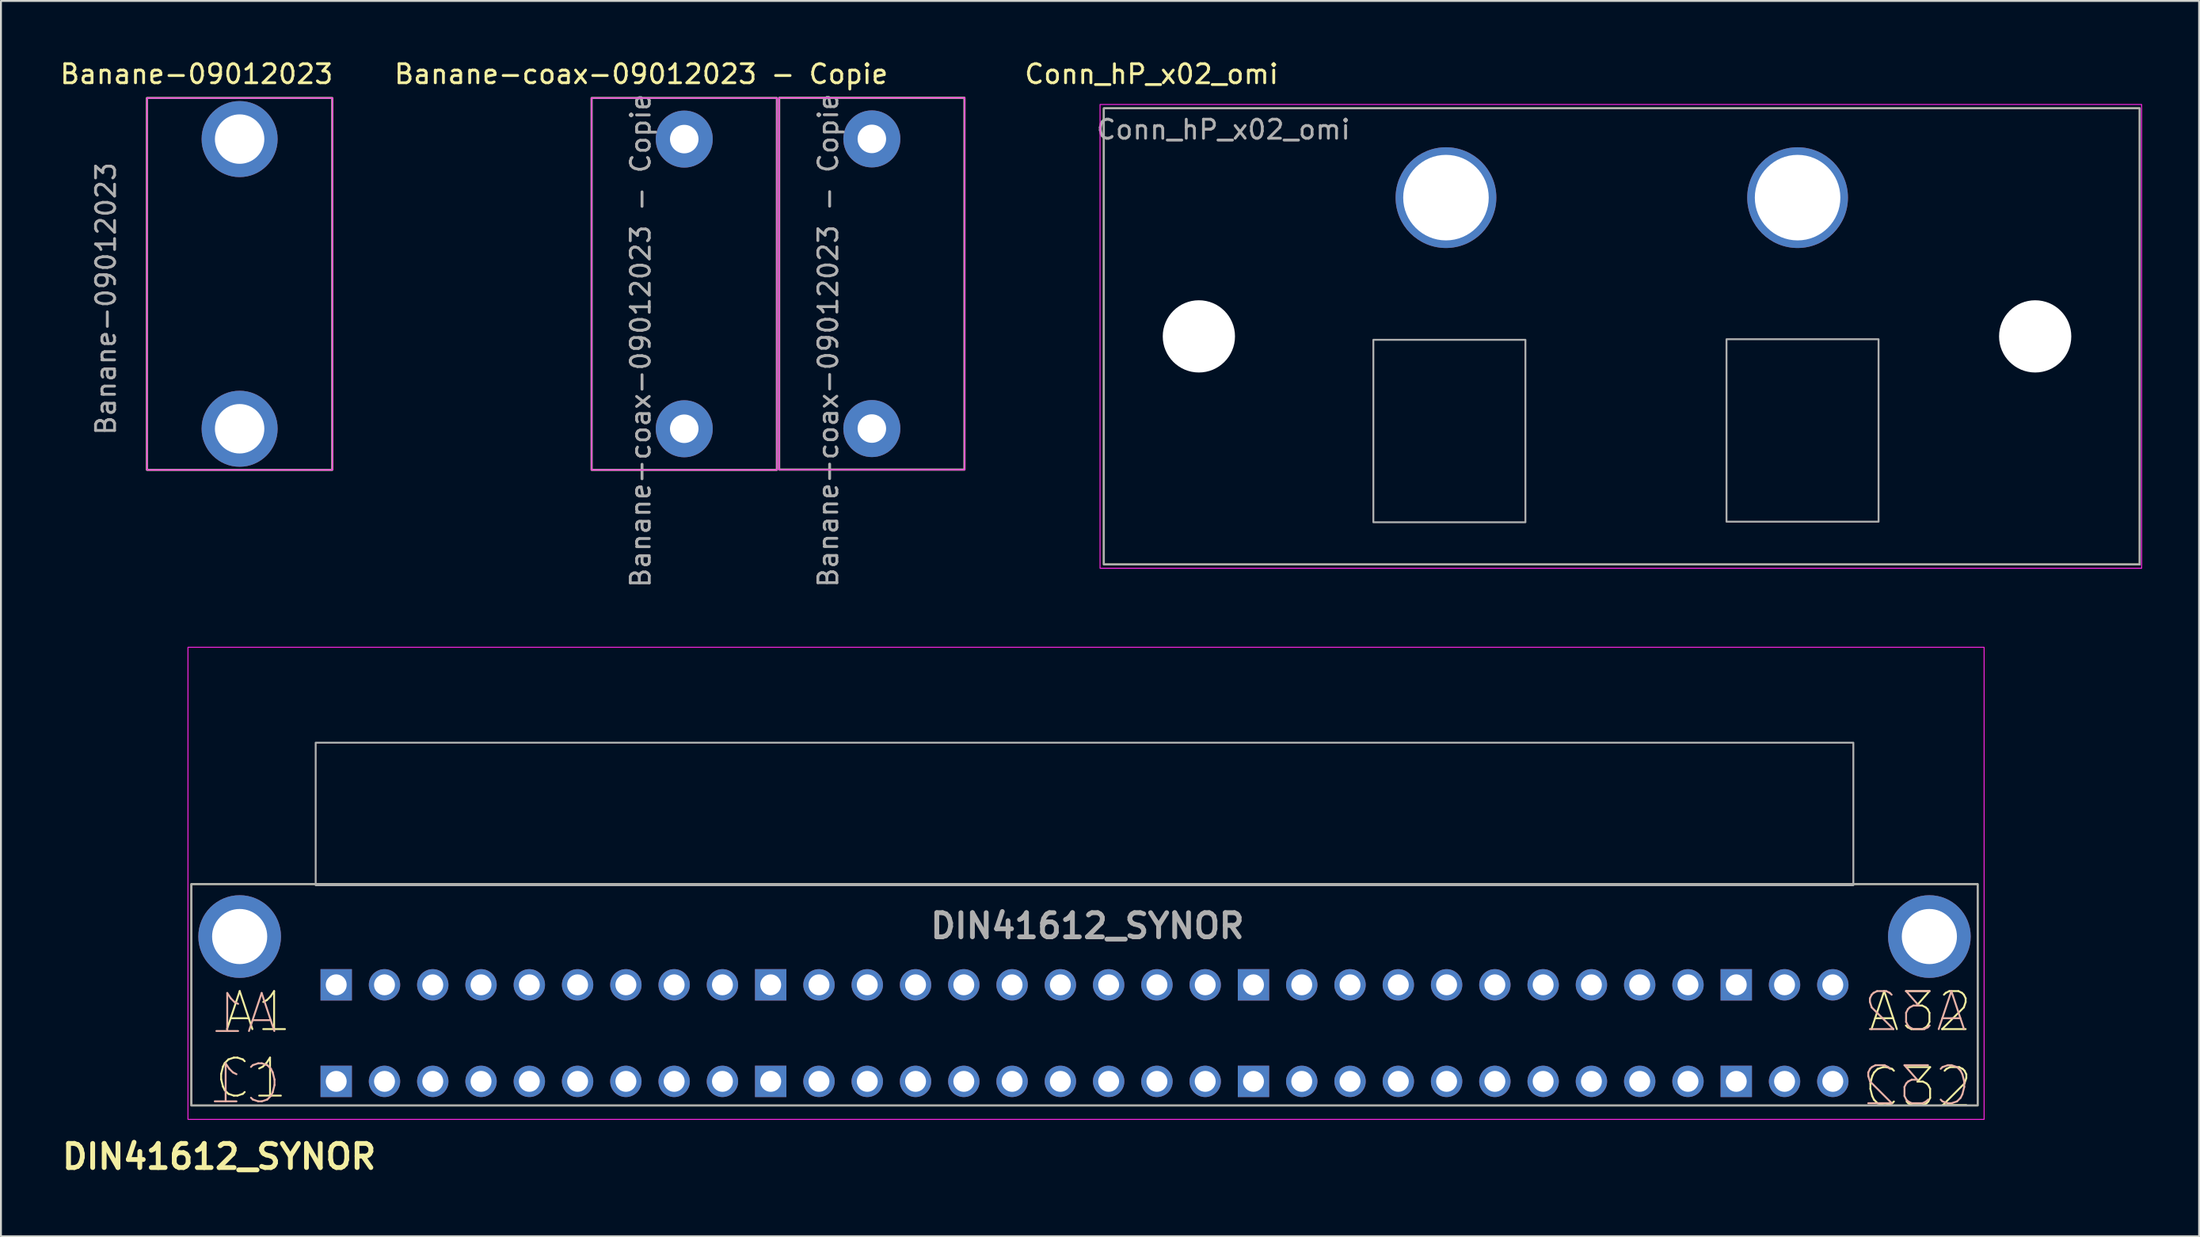
<source format=kicad_pcb>
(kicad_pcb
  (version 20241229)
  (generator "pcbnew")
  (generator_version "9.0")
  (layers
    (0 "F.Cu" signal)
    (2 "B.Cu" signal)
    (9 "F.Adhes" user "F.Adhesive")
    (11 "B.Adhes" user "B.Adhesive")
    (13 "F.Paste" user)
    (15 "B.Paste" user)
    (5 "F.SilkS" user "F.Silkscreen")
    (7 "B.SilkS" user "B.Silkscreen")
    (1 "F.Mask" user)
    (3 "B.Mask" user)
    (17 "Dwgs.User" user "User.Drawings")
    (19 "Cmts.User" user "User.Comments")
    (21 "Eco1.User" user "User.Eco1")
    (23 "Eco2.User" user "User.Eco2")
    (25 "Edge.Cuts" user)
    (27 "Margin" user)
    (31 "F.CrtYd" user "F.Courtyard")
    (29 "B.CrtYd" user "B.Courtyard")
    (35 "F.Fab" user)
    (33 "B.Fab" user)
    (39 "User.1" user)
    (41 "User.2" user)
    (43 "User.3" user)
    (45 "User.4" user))
  (footprint "Banane-09012023"
    (layer "F.Cu")
    (at 4.682 2.108)
    (property "Reference" "Banane-09012023" (at 2.61 -1.26 0) (layer "F.SilkS") (effects (font (size 1 1) (thickness 0.15))))
    (attr through_hole)
    (fp_rect (start 0 0) (end 9.75 19.56) (stroke (width 0.1) (type default)) (fill no) (layer "F.SilkS"))
    (fp_line (start 0 0) (end 0 19.57) (stroke (width 0.05) (type solid)) (layer "F.CrtYd"))
    (fp_line (start 0 19.57) (end 9.76 19.57) (stroke (width 0.05) (type solid)) (layer "F.CrtYd"))
    (fp_line (start 9.76 0) (end 0 0) (stroke (width 0.05) (type solid)) (layer "F.CrtYd"))
    (fp_line (start 9.76 19.57) (end 9.76 0) (stroke (width 0.05) (type solid)) (layer "F.CrtYd"))
    (fp_rect (start 0 0) (end 9.75 19.56) (stroke (width 0.1) (type default)) (fill no) (layer "F.Fab"))
    (fp_text user "${REFERENCE}" (at -2.16 10.56 90) (layer "F.Fab") (effects (font (size 1 1) (thickness 0.15))))
    (pad "1" thru_hole circle (at 4.875 2.16) (size 4 4) (drill 2.6) (layers "*.Cu" "*.Mask"))
    (pad "1" thru_hole circle (at 4.875 17.4) (size 4 4) (drill 2.6) (layers "*.Cu" "*.Mask")))
  (footprint "Conn_hP_x02_omi"
    (layer "F.Cu")
    (at 55.026 26.648)
    (property "Reference" "Conn_hP_x02_omi" (at 2.51 -25.8 180) (layer "F.SilkS") (effects (font (size 1 1) (thickness 0.15))))
    (attr through_hole)
    (fp_rect (start 0 -24) (end 54.5 0) (stroke (width 0.1) (type default)) (fill no) (layer "F.SilkS"))
    (fp_rect (start -0.2 -24.2) (end 54.6 0.2) (stroke (width 0.05) (type default)) (fill no) (layer "F.CrtYd"))
    (fp_rect (start 0 -24) (end 54.5 0) (stroke (width 0.1) (type default)) (fill no) (layer "F.Fab"))
    (fp_rect (start 14.18 -11.82) (end 22.18 -2.22) (stroke (width 0.1) (type default)) (fill no) (layer "F.Fab"))
    (fp_rect (start 32.76 -11.85) (end 40.76 -2.25) (stroke (width 0.1) (type default)) (fill no) (layer "F.Fab"))
    (fp_text user "${REFERENCE}" (at 6.29 -22.88 180) (layer "F.Fab") (effects (font (size 1 1) (thickness 0.15))))
    (pad "" np_thru_hole circle (at 5 -12) (size 3.8 3.8) (drill 3.8) (layers "*.Cu" "*.Mask"))
    (pad "" np_thru_hole circle (at 49 -12) (size 3.8 3.8) (drill 3.8) (layers "*.Cu" "*.Mask"))
    (pad "1" thru_hole circle (at 18 -19.3) (size 5.3 5.3) (drill 4.5) (layers "*.Cu" "*.Mask"))
    (pad "2" thru_hole circle (at 36.5 -19.3) (size 5.3 5.3) (drill 4.5) (layers "*.Cu" "*.Mask")))
  (footprint "Banane-coax-09012023 - Copie"
    (layer "F.Cu")
    (at 28.075 2.108)
    (property "Reference" "Banane-coax-09012023 - Copie" (at 2.61 -1.26 0) (layer "F.SilkS") (effects (font (size 1 1) (thickness 0.15))))
    (attr through_hole)
    (fp_rect (start 0 0) (end 9.75 19.56) (stroke (width 0.1) (type default)) (fill no) (layer "F.SilkS"))
    (fp_rect (start 9.87 -0.01) (end 19.62 19.55) (stroke (width 0.1) (type default)) (fill no) (layer "F.SilkS"))
    (fp_line (start 0 0) (end 0 19.57) (stroke (width 0.05) (type solid)) (layer "F.CrtYd"))
    (fp_line (start 0 19.57) (end 9.76 19.57) (stroke (width 0.05) (type solid)) (layer "F.CrtYd"))
    (fp_line (start 9.76 0) (end 0 0) (stroke (width 0.05) (type solid)) (layer "F.CrtYd"))
    (fp_line (start 9.76 19.57) (end 9.76 0) (stroke (width 0.05) (type solid)) (layer "F.CrtYd"))
    (fp_line (start 9.87 -0.01) (end 9.87 19.56) (stroke (width 0.05) (type solid)) (layer "F.CrtYd"))
    (fp_line (start 9.87 19.56) (end 19.63 19.56) (stroke (width 0.05) (type solid)) (layer "F.CrtYd"))
    (fp_line (start 19.63 -0.01) (end 9.87 -0.01) (stroke (width 0.05) (type solid)) (layer "F.CrtYd"))
    (fp_line (start 19.63 19.56) (end 19.63 -0.01) (stroke (width 0.05) (type solid)) (layer "F.CrtYd"))
    (fp_rect (start 0 0) (end 9.75 19.56) (stroke (width 0.1) (type default)) (fill no) (layer "F.Fab"))
    (fp_rect (start 9.87 -0.01) (end 19.62 19.55) (stroke (width 0.1) (type default)) (fill no) (layer "F.Fab"))
    (fp_text user "${REFERENCE}" (at 2.58 12.77 90) (layer "F.Fab") (effects (font (size 1 1) (thickness 0.15))))
    (fp_text user "${REFERENCE}" (at 12.45 12.76 90) (layer "F.Fab") (effects (font (size 1 1) (thickness 0.15))))
    (pad "1" thru_hole circle (at 4.875 2.16) (size 3 3) (drill 1.5) (layers "*.Cu" "*.Mask"))
    (pad "1" thru_hole circle (at 14.745 2.15) (size 3 3) (drill 1.5) (layers "*.Cu" "*.Mask"))
    (pad "2" thru_hole circle (at 4.875 17.4) (size 3 3) (drill 1.5) (layers "*.Cu" "*.Mask"))
    (pad "2" thru_hole circle (at 14.745 17.39) (size 3 3) (drill 1.5) (layers "*.Cu" "*.Mask")))
  (footprint "DIN41612_SYNOR"
    (layer "F.Cu")
    (at 14.639 53.844)
    (property "Reference" "DIN41612_SYNOR" (at -6.16 3.96 0) (layer "F.SilkS") (effects (font (size 1.27 1.27) (thickness 0.254))))
    (attr through_hole)
    (fp_rect (start -7.62 -10.38) (end 86.36 1.27) (stroke (width 0.1) (type default)) (fill no) (layer "F.SilkS"))
    (fp_rect (start -7.8 -22.84) (end 86.7 2) (stroke (width 0.05) (type default)) (fill no) (layer "F.CrtYd"))
    (fp_rect (start -7.62 -10.38) (end 86.36 1.27) (stroke (width 0.1) (type default)) (fill no) (layer "F.Fab"))
    (fp_rect (start -1.08 -17.82) (end 79.82 -10.32) (stroke (width 0.1) (type default)) (fill no) (layer "F.Fab"))
    (fp_text user "A32" (at 80.52 -2.5 0) (unlocked yes) (layer "F.SilkS") (effects (font (size 2 2) (thickness 0.1)) (justify left bottom)))
    (fp_text user "C1" (at -6.5 1 0) (unlocked yes) (layer "F.SilkS") (effects (font (size 2 2) (thickness 0.1)) (justify left bottom)))
    (fp_text user "C32" (at 80.27 1.5 0) (unlocked yes) (layer "F.SilkS") (effects (font (size 2 2) (thickness 0.1)) (justify left bottom)))
    (fp_text user "A1" (at -6 -2.5 0) (unlocked yes) (layer "F.SilkS") (effects (font (size 2 2) (thickness 0.1)) (justify left bottom)))
    (fp_text user "C1" (at -2.8 1.3 0) (unlocked yes) (layer "B.SilkS") (effects (font (size 2 2) (thickness 0.1)) (justify left bottom mirror)))
    (fp_text user "A32" (at 85.9 -2.5 0) (unlocked yes) (layer "B.SilkS") (effects (font (size 2 2) (thickness 0.1)) (justify left bottom mirror)))
    (fp_text user "C32" (at 86.1 1.4 0) (unlocked yes) (layer "B.SilkS") (effects (font (size 2 2) (thickness 0.1)) (justify left bottom mirror)))
    (fp_text user "A1" (at -3 -2.4 0) (unlocked yes) (layer "B.SilkS") (effects (font (size 2 2) (thickness 0.1)) (justify left bottom mirror)))
    (fp_text user "${REFERENCE}" (at 39.52 -8.18 0) (layer "F.Fab") (effects (font (size 1.27 1.27) (thickness 0.254))))
    (pad "A1" thru_hole rect (at 0 -5.08) (size 1.65 1.65) (drill 1.1) (layers "*.Cu" "*.Mask"))
    (pad "A2" thru_hole circle (at 2.54 -5.08) (size 1.65 1.65) (drill 1.1) (layers "*.Cu" "*.Mask"))
    (pad "A3" thru_hole circle (at 5.08 -5.08) (size 1.65 1.65) (drill 1.1) (layers "*.Cu" "*.Mask"))
    (pad "A4" thru_hole circle (at 7.62 -5.08) (size 1.65 1.65) (drill 1.1) (layers "*.Cu" "*.Mask"))
    (pad "A5" thru_hole circle (at 10.16 -5.08) (size 1.65 1.65) (drill 1.1) (layers "*.Cu" "*.Mask"))
    (pad "A6" thru_hole circle (at 12.7 -5.08) (size 1.65 1.65) (drill 1.1) (layers "*.Cu" "*.Mask"))
    (pad "A7" thru_hole circle (at 15.24 -5.08) (size 1.65 1.65) (drill 1.1) (layers "*.Cu" "*.Mask"))
    (pad "A8" thru_hole circle (at 17.78 -5.08) (size 1.65 1.65) (drill 1.1) (layers "*.Cu" "*.Mask"))
    (pad "A9" thru_hole circle (at 20.32 -5.08) (size 1.65 1.65) (drill 1.1) (layers "*.Cu" "*.Mask"))
    (pad "A10" thru_hole rect (at 22.86 -5.08) (size 1.65 1.65) (drill 1.1) (layers "*.Cu" "*.Mask"))
    (pad "A11" thru_hole circle (at 25.4 -5.08) (size 1.65 1.65) (drill 1.1) (layers "*.Cu" "*.Mask"))
    (pad "A12" thru_hole circle (at 27.94 -5.08) (size 1.65 1.65) (drill 1.1) (layers "*.Cu" "*.Mask"))
    (pad "A13" thru_hole circle (at 30.48 -5.08) (size 1.65 1.65) (drill 1.1) (layers "*.Cu" "*.Mask"))
    (pad "A14" thru_hole circle (at 33.02 -5.08) (size 1.65 1.65) (drill 1.1) (layers "*.Cu" "*.Mask"))
    (pad "A15" thru_hole circle (at 35.56 -5.08) (size 1.65 1.65) (drill 1.1) (layers "*.Cu" "*.Mask"))
    (pad "A16" thru_hole circle (at 38.1 -5.08) (size 1.65 1.65) (drill 1.1) (layers "*.Cu" "*.Mask"))
    (pad "A17" thru_hole circle (at 40.64 -5.08) (size 1.65 1.65) (drill 1.1) (layers "*.Cu" "*.Mask"))
    (pad "A18" thru_hole circle (at 43.18 -5.08) (size 1.65 1.65) (drill 1.1) (layers "*.Cu" "*.Mask"))
    (pad "A19" thru_hole circle (at 45.72 -5.08) (size 1.65 1.65) (drill 1.1) (layers "*.Cu" "*.Mask"))
    (pad "A20" thru_hole rect (at 48.26 -5.08) (size 1.65 1.65) (drill 1.1) (layers "*.Cu" "*.Mask"))
    (pad "A21" thru_hole circle (at 50.8 -5.08) (size 1.65 1.65) (drill 1.1) (layers "*.Cu" "*.Mask"))
    (pad "A22" thru_hole circle (at 53.34 -5.08) (size 1.65 1.65) (drill 1.1) (layers "*.Cu" "*.Mask"))
    (pad "A23" thru_hole circle (at 55.88 -5.08) (size 1.65 1.65) (drill 1.1) (layers "*.Cu" "*.Mask"))
    (pad "A24" thru_hole circle (at 58.42 -5.08) (size 1.65 1.65) (drill 1.1) (layers "*.Cu" "*.Mask"))
    (pad "A25" thru_hole circle (at 60.96 -5.08) (size 1.65 1.65) (drill 1.1) (layers "*.Cu" "*.Mask"))
    (pad "A26" thru_hole circle (at 63.5 -5.08) (size 1.65 1.65) (drill 1.1) (layers "*.Cu" "*.Mask"))
    (pad "A27" thru_hole circle (at 66.04 -5.08) (size 1.65 1.65) (drill 1.1) (layers "*.Cu" "*.Mask"))
    (pad "A28" thru_hole circle (at 68.58 -5.08) (size 1.65 1.65) (drill 1.1) (layers "*.Cu" "*.Mask"))
    (pad "A29" thru_hole circle (at 71.12 -5.08) (size 1.65 1.65) (drill 1.1) (layers "*.Cu" "*.Mask"))
    (pad "A30" thru_hole rect (at 73.66 -5.08) (size 1.65 1.65) (drill 1.1) (layers "*.Cu" "*.Mask"))
    (pad "A31" thru_hole circle (at 76.2 -5.08) (size 1.65 1.65) (drill 1.1) (layers "*.Cu" "*.Mask"))
    (pad "A32" thru_hole circle (at 78.74 -5.08) (size 1.65 1.65) (drill 1.1) (layers "*.Cu" "*.Mask"))
    (pad "C1" thru_hole rect (at 0 0) (size 1.65 1.65) (drill 1.1) (layers "*.Cu" "*.Mask"))
    (pad "C2" thru_hole circle (at 2.54 0) (size 1.65 1.65) (drill 1.1) (layers "*.Cu" "*.Mask"))
    (pad "C3" thru_hole circle (at 5.08 0) (size 1.65 1.65) (drill 1.1) (layers "*.Cu" "*.Mask"))
    (pad "C4" thru_hole circle (at 7.62 0) (size 1.65 1.65) (drill 1.1) (layers "*.Cu" "*.Mask"))
    (pad "C5" thru_hole circle (at 10.16 0) (size 1.65 1.65) (drill 1.1) (layers "*.Cu" "*.Mask"))
    (pad "C6" thru_hole circle (at 12.7 0) (size 1.65 1.65) (drill 1.1) (layers "*.Cu" "*.Mask"))
    (pad "C7" thru_hole circle (at 15.24 0) (size 1.65 1.65) (drill 1.1) (layers "*.Cu" "*.Mask"))
    (pad "C8" thru_hole circle (at 17.78 0) (size 1.65 1.65) (drill 1.1) (layers "*.Cu" "*.Mask"))
    (pad "C9" thru_hole circle (at 20.32 0) (size 1.65 1.65) (drill 1.1) (layers "*.Cu" "*.Mask"))
    (pad "C10" thru_hole rect (at 22.86 0) (size 1.65 1.65) (drill 1.1) (layers "*.Cu" "*.Mask"))
    (pad "C11" thru_hole circle (at 25.4 0) (size 1.65 1.65) (drill 1.1) (layers "*.Cu" "*.Mask"))
    (pad "C12" thru_hole circle (at 27.94 0) (size 1.65 1.65) (drill 1.1) (layers "*.Cu" "*.Mask"))
    (pad "C13" thru_hole circle (at 30.48 0) (size 1.65 1.65) (drill 1.1) (layers "*.Cu" "*.Mask"))
    (pad "C14" thru_hole circle (at 33.02 0) (size 1.65 1.65) (drill 1.1) (layers "*.Cu" "*.Mask"))
    (pad "C15" thru_hole circle (at 35.56 0) (size 1.65 1.65) (drill 1.1) (layers "*.Cu" "*.Mask"))
    (pad "C16" thru_hole circle (at 38.1 0) (size 1.65 1.65) (drill 1.1) (layers "*.Cu" "*.Mask"))
    (pad "C17" thru_hole circle (at 40.64 0) (size 1.65 1.65) (drill 1.1) (layers "*.Cu" "*.Mask"))
    (pad "C18" thru_hole circle (at 43.18 0) (size 1.65 1.65) (drill 1.1) (layers "*.Cu" "*.Mask"))
    (pad "C19" thru_hole circle (at 45.72 0) (size 1.65 1.65) (drill 1.1) (layers "*.Cu" "*.Mask"))
    (pad "C20" thru_hole rect (at 48.26 0) (size 1.65 1.65) (drill 1.1) (layers "*.Cu" "*.Mask"))
    (pad "C21" thru_hole circle (at 50.8 0) (size 1.65 1.65) (drill 1.1) (layers "*.Cu" "*.Mask"))
    (pad "C22" thru_hole circle (at 53.34 0) (size 1.65 1.65) (drill 1.1) (layers "*.Cu" "*.Mask"))
    (pad "C23" thru_hole circle (at 55.88 0) (size 1.65 1.65) (drill 1.1) (layers "*.Cu" "*.Mask"))
    (pad "C24" thru_hole circle (at 58.42 0) (size 1.65 1.65) (drill 1.1) (layers "*.Cu" "*.Mask"))
    (pad "C25" thru_hole circle (at 60.96 0) (size 1.65 1.65) (drill 1.1) (layers "*.Cu" "*.Mask"))
    (pad "C26" thru_hole circle (at 63.5 0) (size 1.65 1.65) (drill 1.1) (layers "*.Cu" "*.Mask"))
    (pad "C27" thru_hole circle (at 66.04 0) (size 1.65 1.65) (drill 1.1) (layers "*.Cu" "*.Mask"))
    (pad "C28" thru_hole circle (at 68.58 0) (size 1.65 1.65) (drill 1.1) (layers "*.Cu" "*.Mask"))
    (pad "C29" thru_hole circle (at 71.12 0) (size 1.65 1.65) (drill 1.1) (layers "*.Cu" "*.Mask"))
    (pad "C30" thru_hole rect (at 73.66 0) (size 1.65 1.65) (drill 1.1) (layers "*.Cu" "*.Mask"))
    (pad "C31" thru_hole circle (at 76.2 0) (size 1.65 1.65) (drill 1.1) (layers "*.Cu" "*.Mask"))
    (pad "C32" thru_hole circle (at 78.74 0) (size 1.65 1.65) (drill 1.1) (layers "*.Cu" "*.Mask"))
    (pad "MH1" thru_hole circle (at -5.08 -7.62) (size 4.35 4.35) (drill 2.9) (layers "*.Cu" "*.Mask"))
    (pad "MH2" thru_hole circle (at 83.82 -7.62) (size 4.35 4.35) (drill 2.9) (layers "*.Cu" "*.Mask")))
  (gr_rect
    (start -3 -3)
    (end 112.651 61.993)
    (stroke (width 0.1) (type default))
    (fill no)
    (layer "Edge.Cuts")))
</source>
